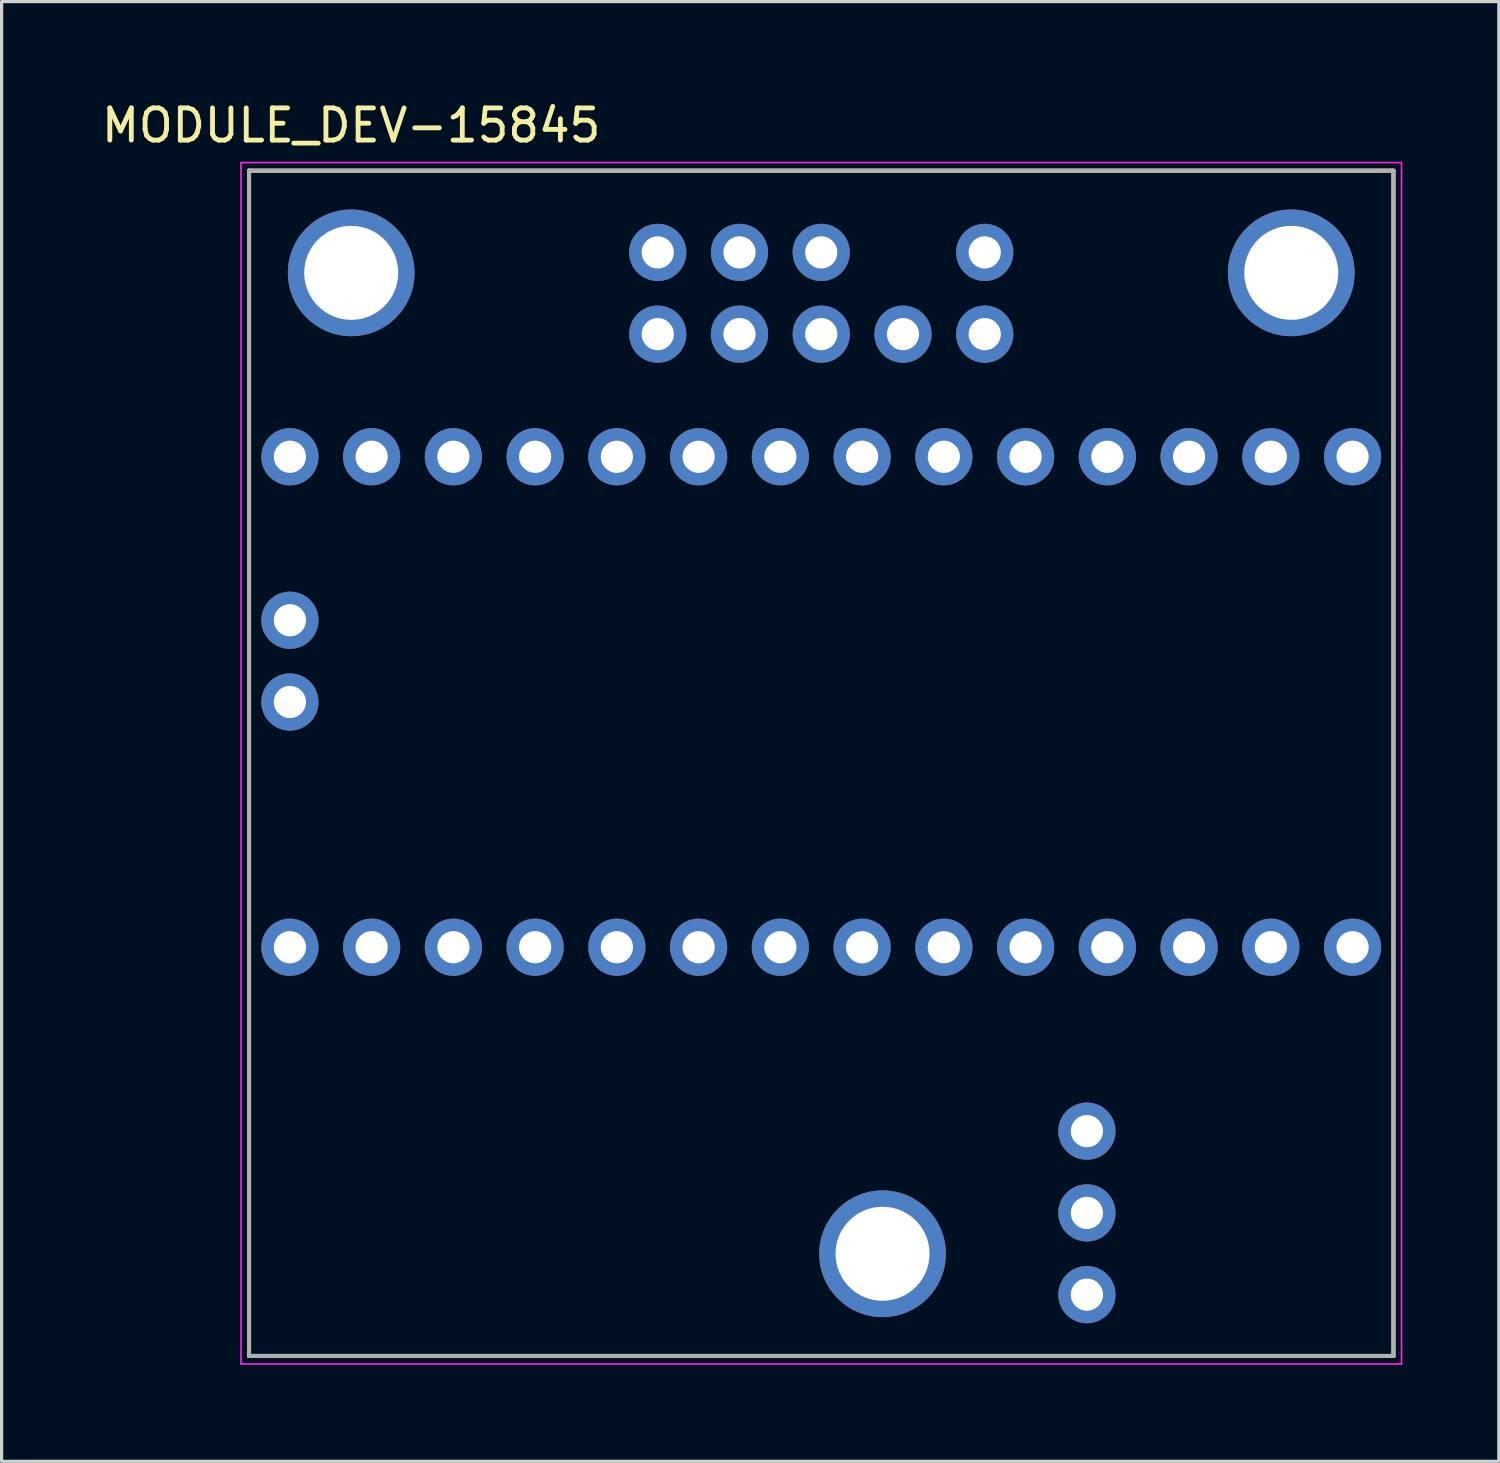
<source format=kicad_pcb>
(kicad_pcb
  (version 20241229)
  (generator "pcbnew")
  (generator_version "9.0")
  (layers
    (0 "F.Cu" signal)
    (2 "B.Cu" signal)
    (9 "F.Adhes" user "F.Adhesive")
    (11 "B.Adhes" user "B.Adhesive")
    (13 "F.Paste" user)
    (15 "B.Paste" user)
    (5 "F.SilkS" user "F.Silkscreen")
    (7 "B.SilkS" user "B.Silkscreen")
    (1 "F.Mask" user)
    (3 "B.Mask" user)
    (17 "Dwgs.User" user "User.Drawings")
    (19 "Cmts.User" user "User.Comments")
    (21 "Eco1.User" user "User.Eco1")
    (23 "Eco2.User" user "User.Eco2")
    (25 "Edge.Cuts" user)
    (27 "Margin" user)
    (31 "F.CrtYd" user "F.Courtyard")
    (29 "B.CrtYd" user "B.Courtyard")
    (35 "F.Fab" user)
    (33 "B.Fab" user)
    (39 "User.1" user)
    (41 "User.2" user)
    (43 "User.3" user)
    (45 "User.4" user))
  (footprint "MODULE_DEV-15845"
    (layer "F.Cu")
    (at 22.468 21.303)
    (property "Reference" "MODULE_DEV-15845" (at -14.605 -20.455 0) (layer "F.SilkS") (effects (font (size 1 1) (thickness 0.15))))
    (attr through_hole)
    (fp_line (start -17.78 -19.05) (end 17.78 -19.05) (stroke (width 0.127) (type solid)) (layer "F.SilkS"))
    (fp_line (start -17.78 17.78) (end -17.78 -19.05) (stroke (width 0.127) (type solid)) (layer "F.SilkS"))
    (fp_line (start -17.78 17.78) (end 17.78 17.78) (stroke (width 0.127) (type solid)) (layer "F.SilkS"))
    (fp_line (start 17.78 -19.05) (end 17.78 17.78) (stroke (width 0.127) (type solid)) (layer "F.SilkS"))
    (fp_line (start -18.03 -19.3) (end 18.03 -19.3) (stroke (width 0.05) (type solid)) (layer "F.CrtYd"))
    (fp_line (start -18.03 18.03) (end -18.03 -19.3) (stroke (width 0.05) (type solid)) (layer "F.CrtYd"))
    (fp_line (start 18.03 -19.3) (end 18.03 18.03) (stroke (width 0.05) (type solid)) (layer "F.CrtYd"))
    (fp_line (start 18.03 18.03) (end -18.03 18.03) (stroke (width 0.05) (type solid)) (layer "F.CrtYd"))
    (fp_line (start -17.78 -19.05) (end 17.78 -19.05) (stroke (width 0.127) (type solid)) (layer "F.Fab"))
    (fp_line (start -17.78 17.78) (end -17.78 -19.05) (stroke (width 0.127) (type solid)) (layer "F.Fab"))
    (fp_line (start 17.78 -19.05) (end 17.78 17.78) (stroke (width 0.127) (type solid)) (layer "F.Fab"))
    (fp_line (start 17.78 17.78) (end -17.78 17.78) (stroke (width 0.127) (type solid)) (layer "F.Fab"))
    (pad "0" thru_hole circle (at -13.97 5.08) (size 1.778 1.778) (drill 1) (layers "*.Cu" "*.Mask"))
    (pad "1" thru_hole circle (at -11.43 5.08) (size 1.778 1.778) (drill 1) (layers "*.Cu" "*.Mask"))
    (pad "2" thru_hole circle (at -8.89 5.08) (size 1.778 1.778) (drill 1) (layers "*.Cu" "*.Mask"))
    (pad "3" thru_hole circle (at -6.35 5.08) (size 1.778 1.778) (drill 1) (layers "*.Cu" "*.Mask"))
    (pad "3V" thru_hole circle (at -11.43 -10.16) (size 1.778 1.778) (drill 1) (layers "*.Cu" "*.Mask"))
    (pad "4" thru_hole circle (at -3.81 5.08) (size 1.778 1.778) (drill 1) (layers "*.Cu" "*.Mask"))
    (pad "5" thru_hole circle (at -1.27 5.08) (size 1.778 1.778) (drill 1) (layers "*.Cu" "*.Mask"))
    (pad "5V" thru_hole circle (at -16.51 -10.16) (size 1.778 1.778) (drill 1) (layers "*.Cu" "*.Mask"))
    (pad "6" thru_hole circle (at 1.27 5.08) (size 1.778 1.778) (drill 1) (layers "*.Cu" "*.Mask"))
    (pad "7" thru_hole circle (at 3.81 5.08) (size 1.778 1.778) (drill 1) (layers "*.Cu" "*.Mask"))
    (pad "8" thru_hole circle (at 6.35 5.08) (size 1.778 1.778) (drill 1) (layers "*.Cu" "*.Mask"))
    (pad "9" thru_hole circle (at 8.89 5.08) (size 1.778 1.778) (drill 1) (layers "*.Cu" "*.Mask"))
    (pad "10" thru_hole circle (at 11.43 5.08) (size 1.778 1.778) (drill 1) (layers "*.Cu" "*.Mask"))
    (pad "11" thru_hole circle (at 13.97 5.08) (size 1.778 1.778) (drill 1) (layers "*.Cu" "*.Mask"))
    (pad "12" thru_hole circle (at 16.51 5.08) (size 1.778 1.778) (drill 1) (layers "*.Cu" "*.Mask"))
    (pad "13" thru_hole circle (at 16.51 -10.16) (size 1.778 1.778) (drill 1) (layers "*.Cu" "*.Mask"))
    (pad "14" thru_hole circle (at 13.97 -10.16) (size 1.778 1.778) (drill 1) (layers "*.Cu" "*.Mask"))
    (pad "15" thru_hole circle (at 11.43 -10.16) (size 1.778 1.778) (drill 1) (layers "*.Cu" "*.Mask"))
    (pad "16" thru_hole circle (at 8.89 -10.16) (size 1.778 1.778) (drill 1) (layers "*.Cu" "*.Mask"))
    (pad "17" thru_hole circle (at 6.35 -10.16) (size 1.778 1.778) (drill 1) (layers "*.Cu" "*.Mask"))
    (pad "18" thru_hole circle (at 3.81 -10.16) (size 1.778 1.778) (drill 1) (layers "*.Cu" "*.Mask"))
    (pad "19" thru_hole circle (at 1.27 -10.16) (size 1.778 1.778) (drill 1) (layers "*.Cu" "*.Mask"))
    (pad "20" thru_hole circle (at -1.27 -10.16) (size 1.778 1.778) (drill 1) (layers "*.Cu" "*.Mask"))
    (pad "21" thru_hole circle (at -3.81 -10.16) (size 1.778 1.778) (drill 1) (layers "*.Cu" "*.Mask"))
    (pad "22" thru_hole circle (at -6.35 -10.16) (size 1.778 1.778) (drill 1) (layers "*.Cu" "*.Mask"))
    (pad "23" thru_hole circle (at -8.89 -10.16) (size 1.778 1.778) (drill 1) (layers "*.Cu" "*.Mask"))
    (pad "G" thru_hole circle (at -13.97 -10.16) (size 1.778 1.778) (drill 1) (layers "*.Cu" "*.Mask"))
    (pad "GND" thru_hole circle (at -16.51 5.08) (size 1.778 1.778) (drill 1) (layers "*.Cu" "*.Mask"))
    (pad "GND_MIC" thru_hole circle (at -16.51 -2.54) (size 1.778 1.778) (drill 1) (layers "*.Cu" "*.Mask"))
    (pad "INGND1" thru_hole circle (at -5.08 -16.51) (size 1.778 1.778) (drill 1) (layers "*.Cu" "*.Mask"))
    (pad "INGND2" thru_hole circle (at -2.54 -16.51) (size 1.778 1.778) (drill 1) (layers "*.Cu" "*.Mask"))
    (pad "INL" thru_hole circle (at -5.08 -13.97) (size 1.778 1.778) (drill 1) (layers "*.Cu" "*.Mask"))
    (pad "INR" thru_hole circle (at -2.54 -13.97) (size 1.778 1.778) (drill 1) (layers "*.Cu" "*.Mask"))
    (pad "MIC" thru_hole circle (at -16.51 -5.08) (size 1.778 1.778) (drill 1) (layers "*.Cu" "*.Mask"))
    (pad "OUTGND" thru_hole circle (at 2.54 -13.97) (size 1.778 1.778) (drill 1) (layers "*.Cu" "*.Mask"))
    (pad "OUTL" thru_hole circle (at 5.08 -13.97) (size 1.778 1.778) (drill 1) (layers "*.Cu" "*.Mask"))
    (pad "OUTR" thru_hole circle (at 0 -13.97) (size 1.778 1.778) (drill 1) (layers "*.Cu" "*.Mask"))
    (pad "S1" thru_hole circle (at -14.605 -15.875) (size 3.937 3.937) (drill 2.921) (layers "*.Cu" "*.Mask"))
    (pad "S2" thru_hole circle (at 14.605 -15.875) (size 3.937 3.937) (drill 2.921) (layers "*.Cu" "*.Mask"))
    (pad "S3" thru_hole circle (at 1.905 14.605) (size 3.937 3.937) (drill 2.921) (layers "*.Cu" "*.Mask"))
    (pad "UNUSED1" thru_hole circle (at 0 -16.51) (size 1.778 1.778) (drill 1) (layers "*.Cu" "*.Mask"))
    (pad "UNUSED2" thru_hole circle (at 5.08 -16.51) (size 1.778 1.778) (drill 1) (layers "*.Cu" "*.Mask"))
    (pad "VOL" thru_hole circle (at 8.255 13.335) (size 1.778 1.778) (drill 1) (layers "*.Cu" "*.Mask"))
    (pad "VOL_3.3V" thru_hole circle (at 8.255 15.875) (size 1.778 1.778) (drill 1) (layers "*.Cu" "*.Mask"))
    (pad "VOL_GND" thru_hole circle (at 8.255 10.795) (size 1.778 1.778) (drill 1) (layers "*.Cu" "*.Mask")))
  (gr_rect
    (start -3 -3)
    (end 43.523 42.358)
    (stroke (width 0.1) (type default))
    (fill no)
    (layer "Edge.Cuts")))
</source>
